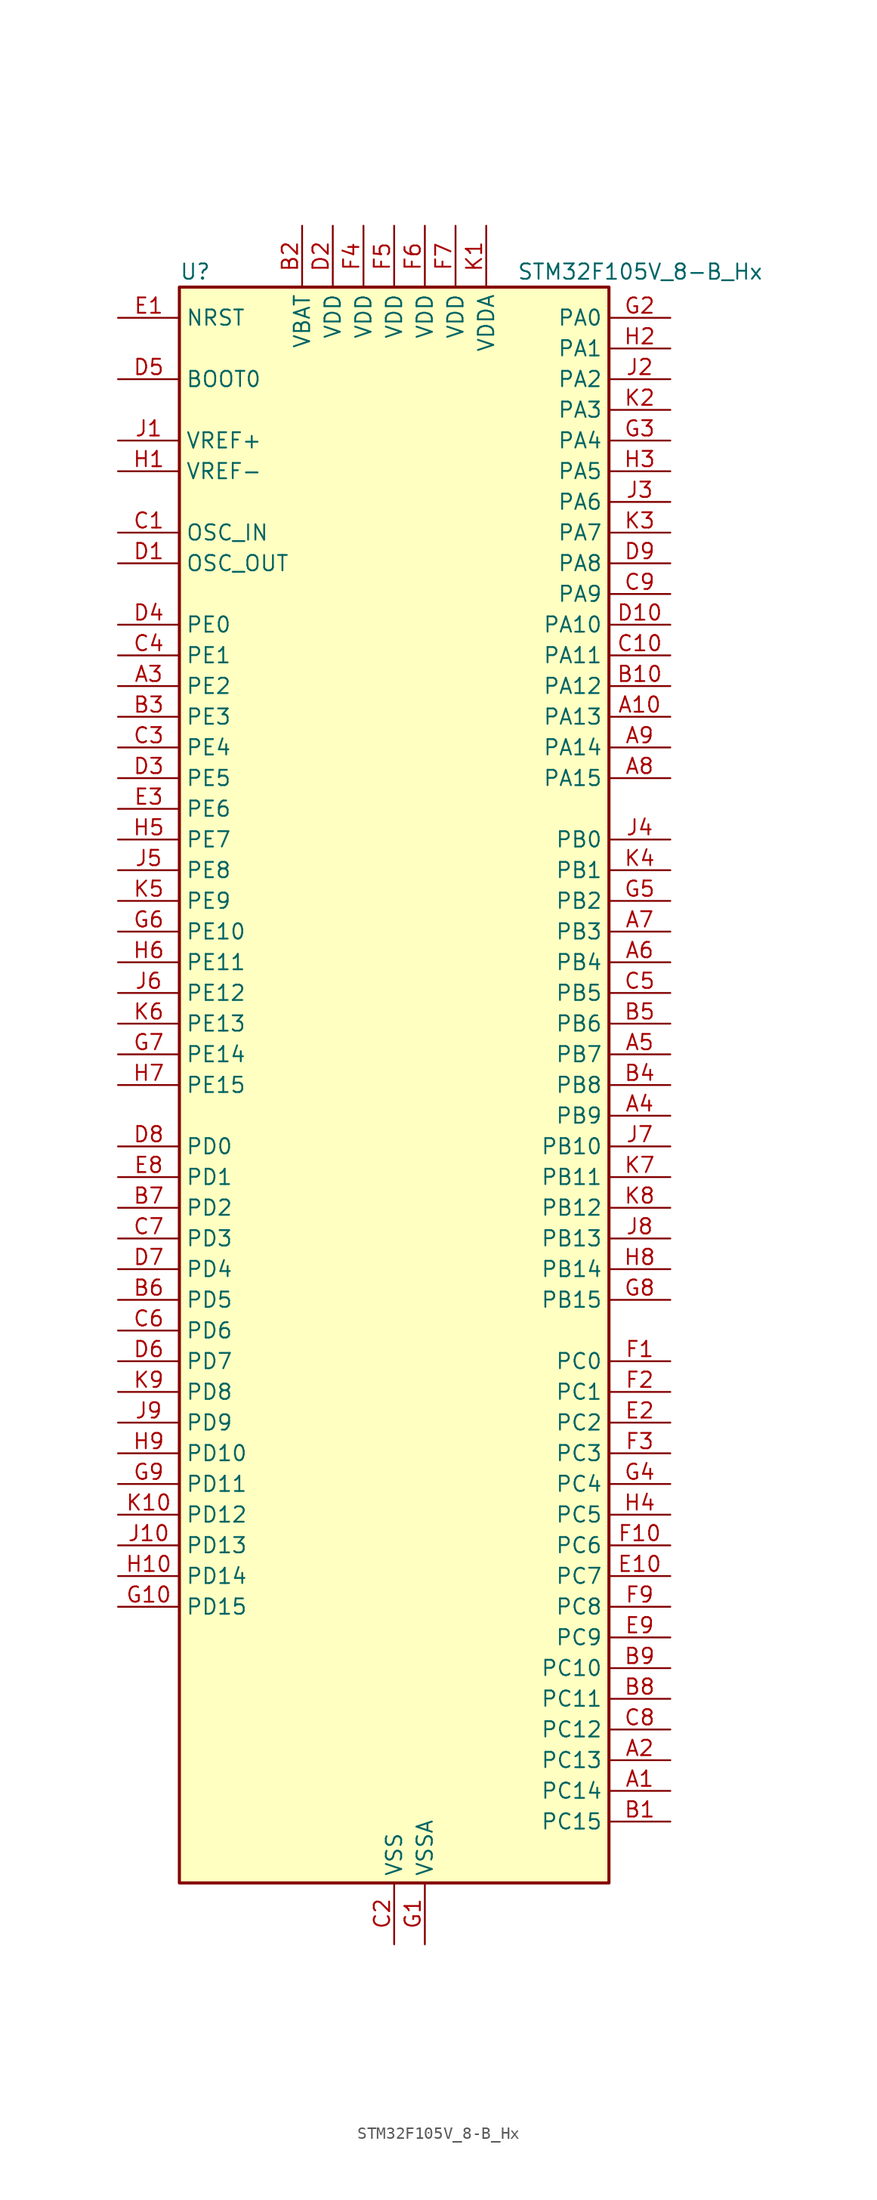
<source format=kicad_sym>
(kicad_symbol_lib
  (version 20231120)
  (generator "kicad_symbol_editor")
  (generator_version "8.0")
  (symbol "STM32F105V_8-B_Hx"
    (property "Reference" "U"
      (at -17.78 67.31 0)
      (effects (font (size 1.27 1.27)) (justify left)))
    (property "Value" "STM32F105V_8-B_Hx"
      (at 10.16 67.31 0)
      (effects (font (size 1.27 1.27)) (justify left)))
    (property "ki_locked" ""
      (at 0 0 0)
      (effects (font (size 1.27 1.27))))
    (symbol "STM32F105V_8-B_Hx_0_1"
      (rectangle (start -17.78 -66.04) (end 17.78 66.04) (stroke (width 0.254) (type default)) (fill (type background))))
    (symbol "STM32F105V_8-B_Hx_1_1"
      (pin bidirectional line (at 22.86 -58.42 180) (length 5.08) (name "PC14" (effects (font (size 1.27 1.27)))) (number "A1" (effects (font (size 1.27 1.27)))) (alternate "RCC_OSC32_IN" bidirectional line))
      (pin bidirectional line (at 22.86 30.48 180) (length 5.08) (name "PA13" (effects (font (size 1.27 1.27)))) (number "A10" (effects (font (size 1.27 1.27)))) (alternate "SYS_JTMS-SWDIO" bidirectional line))
      (pin bidirectional line (at 22.86 -55.88 180) (length 5.08) (name "PC13" (effects (font (size 1.27 1.27)))) (number "A2" (effects (font (size 1.27 1.27)))) (alternate "RTC_OUT" bidirectional line) (alternate "RTC_TAMPER" bidirectional line))
      (pin bidirectional line (at -22.86 33.02 0) (length 5.08) (name "PE2" (effects (font (size 1.27 1.27)))) (number "A3" (effects (font (size 1.27 1.27)))) (alternate "SYS_TRACECLK" bidirectional line))
      (pin bidirectional line (at 22.86 -2.54 180) (length 5.08) (name "PB9" (effects (font (size 1.27 1.27)))) (number "A4" (effects (font (size 1.27 1.27)))) (alternate "CAN1_TX" bidirectional line) (alternate "DAC_EXTI9" bidirectional line) (alternate "I2C1_SDA" bidirectional line) (alternate "TIM4_CH4" bidirectional line))
      (pin bidirectional line (at 22.86 2.54 180) (length 5.08) (name "PB7" (effects (font (size 1.27 1.27)))) (number "A5" (effects (font (size 1.27 1.27)))) (alternate "I2C1_SDA" bidirectional line) (alternate "TIM4_CH2" bidirectional line) (alternate "USART1_RX" bidirectional line))
      (pin bidirectional line (at 22.86 10.16 180) (length 5.08) (name "PB4" (effects (font (size 1.27 1.27)))) (number "A6" (effects (font (size 1.27 1.27)))) (alternate "SPI1_MISO" bidirectional line) (alternate "SPI3_MISO" bidirectional line) (alternate "SYS_NJTRST" bidirectional line) (alternate "TIM3_CH1" bidirectional line))
      (pin bidirectional line (at 22.86 12.7 180) (length 5.08) (name "PB3" (effects (font (size 1.27 1.27)))) (number "A7" (effects (font (size 1.27 1.27)))) (alternate "I2S3_CK" bidirectional line) (alternate "SPI1_SCK" bidirectional line) (alternate "SPI3_SCK" bidirectional line) (alternate "SYS_JTDO" bidirectional line) (alternate "SYS_TRACESWO" bidirectional line) (alternate "TIM2_CH2" bidirectional line))
      (pin bidirectional line (at 22.86 25.4 180) (length 5.08) (name "PA15" (effects (font (size 1.27 1.27)))) (number "A8" (effects (font (size 1.27 1.27)))) (alternate "ADC1_EXTI15" bidirectional line) (alternate "ADC2_EXTI15" bidirectional line) (alternate "I2S3_WS" bidirectional line) (alternate "SPI1_NSS" bidirectional line) (alternate "SPI3_NSS" bidirectional line) (alternate "SYS_JTDI" bidirectional line) (alternate "TIM2_CH1" bidirectional line) (alternate "TIM2_ETR" bidirectional line))
      (pin bidirectional line (at 22.86 27.94 180) (length 5.08) (name "PA14" (effects (font (size 1.27 1.27)))) (number "A9" (effects (font (size 1.27 1.27)))) (alternate "SYS_JTCK-SWCLK" bidirectional line))
      (pin bidirectional line (at 22.86 -60.96 180) (length 5.08) (name "PC15" (effects (font (size 1.27 1.27)))) (number "B1" (effects (font (size 1.27 1.27)))) (alternate "ADC1_EXTI15" bidirectional line) (alternate "ADC2_EXTI15" bidirectional line) (alternate "RCC_OSC32_OUT" bidirectional line))
      (pin bidirectional line (at 22.86 33.02 180) (length 5.08) (name "PA12" (effects (font (size 1.27 1.27)))) (number "B10" (effects (font (size 1.27 1.27)))) (alternate "CAN1_TX" bidirectional line) (alternate "TIM1_ETR" bidirectional line) (alternate "USART1_RTS" bidirectional line) (alternate "USB_OTG_FS_DP" bidirectional line))
      (pin power_in line (at -7.62 71.12 270) (length 5.08) (name "VBAT" (effects (font (size 1.27 1.27)))) (number "B2" (effects (font (size 1.27 1.27)))))
      (pin bidirectional line (at -22.86 30.48 0) (length 5.08) (name "PE3" (effects (font (size 1.27 1.27)))) (number "B3" (effects (font (size 1.27 1.27)))) (alternate "SYS_TRACED0" bidirectional line))
      (pin bidirectional line (at 22.86 0 180) (length 5.08) (name "PB8" (effects (font (size 1.27 1.27)))) (number "B4" (effects (font (size 1.27 1.27)))) (alternate "CAN1_RX" bidirectional line) (alternate "I2C1_SCL" bidirectional line) (alternate "TIM4_CH3" bidirectional line))
      (pin bidirectional line (at 22.86 5.08 180) (length 5.08) (name "PB6" (effects (font (size 1.27 1.27)))) (number "B5" (effects (font (size 1.27 1.27)))) (alternate "CAN2_TX" bidirectional line) (alternate "I2C1_SCL" bidirectional line) (alternate "TIM4_CH1" bidirectional line) (alternate "USART1_TX" bidirectional line))
      (pin bidirectional line (at -22.86 -17.78 0) (length 5.08) (name "PD5" (effects (font (size 1.27 1.27)))) (number "B6" (effects (font (size 1.27 1.27)))) (alternate "USART2_TX" bidirectional line))
      (pin bidirectional line (at -22.86 -10.16 0) (length 5.08) (name "PD2" (effects (font (size 1.27 1.27)))) (number "B7" (effects (font (size 1.27 1.27)))) (alternate "TIM3_ETR" bidirectional line) (alternate "UART5_RX" bidirectional line))
      (pin bidirectional line (at 22.86 -50.8 180) (length 5.08) (name "PC11" (effects (font (size 1.27 1.27)))) (number "B8" (effects (font (size 1.27 1.27)))) (alternate "ADC1_EXTI11" bidirectional line) (alternate "ADC2_EXTI11" bidirectional line) (alternate "SPI3_MISO" bidirectional line) (alternate "UART4_RX" bidirectional line) (alternate "USART3_RX" bidirectional line))
      (pin bidirectional line (at 22.86 -48.26 180) (length 5.08) (name "PC10" (effects (font (size 1.27 1.27)))) (number "B9" (effects (font (size 1.27 1.27)))) (alternate "I2S3_CK" bidirectional line) (alternate "SPI3_SCK" bidirectional line) (alternate "UART4_TX" bidirectional line) (alternate "USART3_TX" bidirectional line))
      (pin input line (at -22.86 45.72 0) (length 5.08) (name "OSC_IN" (effects (font (size 1.27 1.27)))) (number "C1" (effects (font (size 1.27 1.27)))) (alternate "RCC_OSC_IN" bidirectional line))
      (pin bidirectional line (at 22.86 35.56 180) (length 5.08) (name "PA11" (effects (font (size 1.27 1.27)))) (number "C10" (effects (font (size 1.27 1.27)))) (alternate "ADC1_EXTI11" bidirectional line) (alternate "ADC2_EXTI11" bidirectional line) (alternate "CAN1_RX" bidirectional line) (alternate "TIM1_CH4" bidirectional line) (alternate "USART1_CTS" bidirectional line) (alternate "USB_OTG_FS_DM" bidirectional line))
      (pin power_in line (at 0 -71.12 90) (length 5.08) (name "VSS" (effects (font (size 1.27 1.27)))) (number "C2" (effects (font (size 1.27 1.27)))))
      (pin bidirectional line (at -22.86 27.94 0) (length 5.08) (name "PE4" (effects (font (size 1.27 1.27)))) (number "C3" (effects (font (size 1.27 1.27)))) (alternate "SYS_TRACED1" bidirectional line))
      (pin bidirectional line (at -22.86 35.56 0) (length 5.08) (name "PE1" (effects (font (size 1.27 1.27)))) (number "C4" (effects (font (size 1.27 1.27)))))
      (pin bidirectional line (at 22.86 7.62 180) (length 5.08) (name "PB5" (effects (font (size 1.27 1.27)))) (number "C5" (effects (font (size 1.27 1.27)))) (alternate "CAN2_RX" bidirectional line) (alternate "I2C1_SMBA" bidirectional line) (alternate "I2S3_SD" bidirectional line) (alternate "SPI1_MOSI" bidirectional line) (alternate "SPI3_MOSI" bidirectional line) (alternate "TIM3_CH2" bidirectional line))
      (pin bidirectional line (at -22.86 -20.32 0) (length 5.08) (name "PD6" (effects (font (size 1.27 1.27)))) (number "C6" (effects (font (size 1.27 1.27)))) (alternate "USART2_RX" bidirectional line))
      (pin bidirectional line (at -22.86 -12.7 0) (length 5.08) (name "PD3" (effects (font (size 1.27 1.27)))) (number "C7" (effects (font (size 1.27 1.27)))) (alternate "USART2_CTS" bidirectional line))
      (pin bidirectional line (at 22.86 -53.34 180) (length 5.08) (name "PC12" (effects (font (size 1.27 1.27)))) (number "C8" (effects (font (size 1.27 1.27)))) (alternate "I2S3_SD" bidirectional line) (alternate "SPI3_MOSI" bidirectional line) (alternate "UART5_TX" bidirectional line) (alternate "USART3_CK" bidirectional line))
      (pin bidirectional line (at 22.86 40.64 180) (length 5.08) (name "PA9" (effects (font (size 1.27 1.27)))) (number "C9" (effects (font (size 1.27 1.27)))) (alternate "DAC_EXTI9" bidirectional line) (alternate "TIM1_CH2" bidirectional line) (alternate "USART1_TX" bidirectional line) (alternate "USB_OTG_FS_VBUS" bidirectional line))
      (pin input line (at -22.86 43.18 0) (length 5.08) (name "OSC_OUT" (effects (font (size 1.27 1.27)))) (number "D1" (effects (font (size 1.27 1.27)))) (alternate "RCC_OSC_OUT" bidirectional line))
      (pin bidirectional line (at 22.86 38.1 180) (length 5.08) (name "PA10" (effects (font (size 1.27 1.27)))) (number "D10" (effects (font (size 1.27 1.27)))) (alternate "TIM1_CH3" bidirectional line) (alternate "USART1_RX" bidirectional line) (alternate "USB_OTG_FS_ID" bidirectional line))
      (pin power_in line (at -5.08 71.12 270) (length 5.08) (name "VDD" (effects (font (size 1.27 1.27)))) (number "D2" (effects (font (size 1.27 1.27)))))
      (pin bidirectional line (at -22.86 25.4 0) (length 5.08) (name "PE5" (effects (font (size 1.27 1.27)))) (number "D3" (effects (font (size 1.27 1.27)))) (alternate "SYS_TRACED2" bidirectional line))
      (pin bidirectional line (at -22.86 38.1 0) (length 5.08) (name "PE0" (effects (font (size 1.27 1.27)))) (number "D4" (effects (font (size 1.27 1.27)))) (alternate "TIM4_ETR" bidirectional line))
      (pin input line (at -22.86 58.42 0) (length 5.08) (name "BOOT0" (effects (font (size 1.27 1.27)))) (number "D5" (effects (font (size 1.27 1.27)))))
      (pin bidirectional line (at -22.86 -22.86 0) (length 5.08) (name "PD7" (effects (font (size 1.27 1.27)))) (number "D6" (effects (font (size 1.27 1.27)))) (alternate "USART2_CK" bidirectional line))
      (pin bidirectional line (at -22.86 -15.24 0) (length 5.08) (name "PD4" (effects (font (size 1.27 1.27)))) (number "D7" (effects (font (size 1.27 1.27)))) (alternate "USART2_RTS" bidirectional line))
      (pin bidirectional line (at -22.86 -5.08 0) (length 5.08) (name "PD0" (effects (font (size 1.27 1.27)))) (number "D8" (effects (font (size 1.27 1.27)))) (alternate "CAN1_RX" bidirectional line))
      (pin bidirectional line (at 22.86 43.18 180) (length 5.08) (name "PA8" (effects (font (size 1.27 1.27)))) (number "D9" (effects (font (size 1.27 1.27)))) (alternate "RCC_MCO" bidirectional line) (alternate "TIM1_CH1" bidirectional line) (alternate "USART1_CK" bidirectional line) (alternate "USB_OTG_FS_SOF" bidirectional line))
      (pin input line (at -22.86 63.5 0) (length 5.08) (name "NRST" (effects (font (size 1.27 1.27)))) (number "E1" (effects (font (size 1.27 1.27)))))
      (pin bidirectional line (at 22.86 -40.64 180) (length 5.08) (name "PC7" (effects (font (size 1.27 1.27)))) (number "E10" (effects (font (size 1.27 1.27)))) (alternate "I2S3_MCK" bidirectional line) (alternate "TIM3_CH2" bidirectional line))
      (pin bidirectional line (at 22.86 -27.94 180) (length 5.08) (name "PC2" (effects (font (size 1.27 1.27)))) (number "E2" (effects (font (size 1.27 1.27)))) (alternate "ADC1_IN12" bidirectional line) (alternate "ADC2_IN12" bidirectional line))
      (pin bidirectional line (at -22.86 22.86 0) (length 5.08) (name "PE6" (effects (font (size 1.27 1.27)))) (number "E3" (effects (font (size 1.27 1.27)))) (alternate "SYS_TRACED3" bidirectional line))
      (pin passive line (at 0 -71.12 90) (length 5.08) hide (name "VSS" (effects (font (size 1.27 1.27)))) (number "E4" (effects (font (size 1.27 1.27)))))
      (pin passive line (at 0 -71.12 90) (length 5.08) hide (name "VSS" (effects (font (size 1.27 1.27)))) (number "E5" (effects (font (size 1.27 1.27)))))
      (pin passive line (at 0 -71.12 90) (length 5.08) hide (name "VSS" (effects (font (size 1.27 1.27)))) (number "E6" (effects (font (size 1.27 1.27)))))
      (pin passive line (at 0 -71.12 90) (length 5.08) hide (name "VSS" (effects (font (size 1.27 1.27)))) (number "E7" (effects (font (size 1.27 1.27)))))
      (pin bidirectional line (at -22.86 -7.62 0) (length 5.08) (name "PD1" (effects (font (size 1.27 1.27)))) (number "E8" (effects (font (size 1.27 1.27)))) (alternate "CAN1_TX" bidirectional line))
      (pin bidirectional line (at 22.86 -45.72 180) (length 5.08) (name "PC9" (effects (font (size 1.27 1.27)))) (number "E9" (effects (font (size 1.27 1.27)))) (alternate "DAC_EXTI9" bidirectional line) (alternate "TIM3_CH4" bidirectional line))
      (pin bidirectional line (at 22.86 -22.86 180) (length 5.08) (name "PC0" (effects (font (size 1.27 1.27)))) (number "F1" (effects (font (size 1.27 1.27)))) (alternate "ADC1_IN10" bidirectional line) (alternate "ADC2_IN10" bidirectional line))
      (pin bidirectional line (at 22.86 -38.1 180) (length 5.08) (name "PC6" (effects (font (size 1.27 1.27)))) (number "F10" (effects (font (size 1.27 1.27)))) (alternate "I2S2_MCK" bidirectional line) (alternate "TIM3_CH1" bidirectional line))
      (pin bidirectional line (at 22.86 -25.4 180) (length 5.08) (name "PC1" (effects (font (size 1.27 1.27)))) (number "F2" (effects (font (size 1.27 1.27)))) (alternate "ADC1_IN11" bidirectional line) (alternate "ADC2_IN11" bidirectional line))
      (pin bidirectional line (at 22.86 -30.48 180) (length 5.08) (name "PC3" (effects (font (size 1.27 1.27)))) (number "F3" (effects (font (size 1.27 1.27)))) (alternate "ADC1_IN13" bidirectional line) (alternate "ADC2_IN13" bidirectional line))
      (pin power_in line (at -2.54 71.12 270) (length 5.08) (name "VDD" (effects (font (size 1.27 1.27)))) (number "F4" (effects (font (size 1.27 1.27)))))
      (pin power_in line (at 0 71.12 270) (length 5.08) (name "VDD" (effects (font (size 1.27 1.27)))) (number "F5" (effects (font (size 1.27 1.27)))))
      (pin power_in line (at 2.54 71.12 270) (length 5.08) (name "VDD" (effects (font (size 1.27 1.27)))) (number "F6" (effects (font (size 1.27 1.27)))))
      (pin power_in line (at 5.08 71.12 270) (length 5.08) (name "VDD" (effects (font (size 1.27 1.27)))) (number "F7" (effects (font (size 1.27 1.27)))))
      (pin no_connect line (at -17.78 -66.04 0) (length 5.08) hide (name "NC" (effects (font (size 1.27 1.27)))) (number "F8" (effects (font (size 1.27 1.27)))))
      (pin bidirectional line (at 22.86 -43.18 180) (length 5.08) (name "PC8" (effects (font (size 1.27 1.27)))) (number "F9" (effects (font (size 1.27 1.27)))) (alternate "TIM3_CH3" bidirectional line))
      (pin power_in line (at 2.54 -71.12 90) (length 5.08) (name "VSSA" (effects (font (size 1.27 1.27)))) (number "G1" (effects (font (size 1.27 1.27)))))
      (pin bidirectional line (at -22.86 -43.18 0) (length 5.08) (name "PD15" (effects (font (size 1.27 1.27)))) (number "G10" (effects (font (size 1.27 1.27)))) (alternate "ADC1_EXTI15" bidirectional line) (alternate "ADC2_EXTI15" bidirectional line) (alternate "TIM4_CH4" bidirectional line))
      (pin bidirectional line (at 22.86 63.5 180) (length 5.08) (name "PA0" (effects (font (size 1.27 1.27)))) (number "G2" (effects (font (size 1.27 1.27)))) (alternate "ADC1_IN0" bidirectional line) (alternate "ADC2_IN0" bidirectional line) (alternate "SYS_WKUP" bidirectional line) (alternate "TIM2_CH1" bidirectional line) (alternate "TIM2_ETR" bidirectional line) (alternate "TIM5_CH1" bidirectional line) (alternate "USART2_CTS" bidirectional line))
      (pin bidirectional line (at 22.86 53.34 180) (length 5.08) (name "PA4" (effects (font (size 1.27 1.27)))) (number "G3" (effects (font (size 1.27 1.27)))) (alternate "ADC1_IN4" bidirectional line) (alternate "ADC2_IN4" bidirectional line) (alternate "DAC_OUT1" bidirectional line) (alternate "I2S3_WS" bidirectional line) (alternate "SPI1_NSS" bidirectional line) (alternate "SPI3_NSS" bidirectional line) (alternate "USART2_CK" bidirectional line))
      (pin bidirectional line (at 22.86 -33.02 180) (length 5.08) (name "PC4" (effects (font (size 1.27 1.27)))) (number "G4" (effects (font (size 1.27 1.27)))) (alternate "ADC1_IN14" bidirectional line) (alternate "ADC2_IN14" bidirectional line))
      (pin bidirectional line (at 22.86 15.24 180) (length 5.08) (name "PB2" (effects (font (size 1.27 1.27)))) (number "G5" (effects (font (size 1.27 1.27)))))
      (pin bidirectional line (at -22.86 12.7 0) (length 5.08) (name "PE10" (effects (font (size 1.27 1.27)))) (number "G6" (effects (font (size 1.27 1.27)))) (alternate "TIM1_CH2N" bidirectional line))
      (pin bidirectional line (at -22.86 2.54 0) (length 5.08) (name "PE14" (effects (font (size 1.27 1.27)))) (number "G7" (effects (font (size 1.27 1.27)))) (alternate "TIM1_CH4" bidirectional line))
      (pin bidirectional line (at 22.86 -17.78 180) (length 5.08) (name "PB15" (effects (font (size 1.27 1.27)))) (number "G8" (effects (font (size 1.27 1.27)))) (alternate "ADC1_EXTI15" bidirectional line) (alternate "ADC2_EXTI15" bidirectional line) (alternate "I2S2_SD" bidirectional line) (alternate "SPI2_MOSI" bidirectional line) (alternate "TIM1_CH3N" bidirectional line))
      (pin bidirectional line (at -22.86 -33.02 0) (length 5.08) (name "PD11" (effects (font (size 1.27 1.27)))) (number "G9" (effects (font (size 1.27 1.27)))) (alternate "ADC1_EXTI11" bidirectional line) (alternate "ADC2_EXTI11" bidirectional line) (alternate "USART3_CTS" bidirectional line))
      (pin input line (at -22.86 50.8 0) (length 5.08) (name "VREF-" (effects (font (size 1.27 1.27)))) (number "H1" (effects (font (size 1.27 1.27)))))
      (pin bidirectional line (at -22.86 -40.64 0) (length 5.08) (name "PD14" (effects (font (size 1.27 1.27)))) (number "H10" (effects (font (size 1.27 1.27)))) (alternate "TIM4_CH3" bidirectional line))
      (pin bidirectional line (at 22.86 60.96 180) (length 5.08) (name "PA1" (effects (font (size 1.27 1.27)))) (number "H2" (effects (font (size 1.27 1.27)))) (alternate "ADC1_IN1" bidirectional line) (alternate "ADC2_IN1" bidirectional line) (alternate "TIM2_CH2" bidirectional line) (alternate "TIM5_CH2" bidirectional line) (alternate "USART2_RTS" bidirectional line))
      (pin bidirectional line (at 22.86 50.8 180) (length 5.08) (name "PA5" (effects (font (size 1.27 1.27)))) (number "H3" (effects (font (size 1.27 1.27)))) (alternate "ADC1_IN5" bidirectional line) (alternate "ADC2_IN5" bidirectional line) (alternate "DAC_OUT2" bidirectional line) (alternate "SPI1_SCK" bidirectional line))
      (pin bidirectional line (at 22.86 -35.56 180) (length 5.08) (name "PC5" (effects (font (size 1.27 1.27)))) (number "H4" (effects (font (size 1.27 1.27)))) (alternate "ADC1_IN15" bidirectional line) (alternate "ADC2_IN15" bidirectional line))
      (pin bidirectional line (at -22.86 20.32 0) (length 5.08) (name "PE7" (effects (font (size 1.27 1.27)))) (number "H5" (effects (font (size 1.27 1.27)))) (alternate "TIM1_ETR" bidirectional line))
      (pin bidirectional line (at -22.86 10.16 0) (length 5.08) (name "PE11" (effects (font (size 1.27 1.27)))) (number "H6" (effects (font (size 1.27 1.27)))) (alternate "ADC1_EXTI11" bidirectional line) (alternate "ADC2_EXTI11" bidirectional line) (alternate "TIM1_CH2" bidirectional line))
      (pin bidirectional line (at -22.86 0 0) (length 5.08) (name "PE15" (effects (font (size 1.27 1.27)))) (number "H7" (effects (font (size 1.27 1.27)))) (alternate "ADC1_EXTI15" bidirectional line) (alternate "ADC2_EXTI15" bidirectional line) (alternate "TIM1_BKIN" bidirectional line))
      (pin bidirectional line (at 22.86 -15.24 180) (length 5.08) (name "PB14" (effects (font (size 1.27 1.27)))) (number "H8" (effects (font (size 1.27 1.27)))) (alternate "SPI2_MISO" bidirectional line) (alternate "TIM1_CH2N" bidirectional line) (alternate "USART3_RTS" bidirectional line))
      (pin bidirectional line (at -22.86 -30.48 0) (length 5.08) (name "PD10" (effects (font (size 1.27 1.27)))) (number "H9" (effects (font (size 1.27 1.27)))) (alternate "USART3_CK" bidirectional line))
      (pin input line (at -22.86 53.34 0) (length 5.08) (name "VREF+" (effects (font (size 1.27 1.27)))) (number "J1" (effects (font (size 1.27 1.27)))))
      (pin bidirectional line (at -22.86 -38.1 0) (length 5.08) (name "PD13" (effects (font (size 1.27 1.27)))) (number "J10" (effects (font (size 1.27 1.27)))) (alternate "TIM4_CH2" bidirectional line))
      (pin bidirectional line (at 22.86 58.42 180) (length 5.08) (name "PA2" (effects (font (size 1.27 1.27)))) (number "J2" (effects (font (size 1.27 1.27)))) (alternate "ADC1_IN2" bidirectional line) (alternate "ADC2_IN2" bidirectional line) (alternate "TIM2_CH3" bidirectional line) (alternate "TIM5_CH3" bidirectional line) (alternate "USART2_TX" bidirectional line))
      (pin bidirectional line (at 22.86 48.26 180) (length 5.08) (name "PA6" (effects (font (size 1.27 1.27)))) (number "J3" (effects (font (size 1.27 1.27)))) (alternate "ADC1_IN6" bidirectional line) (alternate "ADC2_IN6" bidirectional line) (alternate "SPI1_MISO" bidirectional line) (alternate "TIM1_BKIN" bidirectional line) (alternate "TIM3_CH1" bidirectional line))
      (pin bidirectional line (at 22.86 20.32 180) (length 5.08) (name "PB0" (effects (font (size 1.27 1.27)))) (number "J4" (effects (font (size 1.27 1.27)))) (alternate "ADC1_IN8" bidirectional line) (alternate "ADC2_IN8" bidirectional line) (alternate "TIM1_CH2N" bidirectional line) (alternate "TIM3_CH3" bidirectional line))
      (pin bidirectional line (at -22.86 17.78 0) (length 5.08) (name "PE8" (effects (font (size 1.27 1.27)))) (number "J5" (effects (font (size 1.27 1.27)))) (alternate "TIM1_CH1N" bidirectional line))
      (pin bidirectional line (at -22.86 7.62 0) (length 5.08) (name "PE12" (effects (font (size 1.27 1.27)))) (number "J6" (effects (font (size 1.27 1.27)))) (alternate "TIM1_CH3N" bidirectional line))
      (pin bidirectional line (at 22.86 -5.08 180) (length 5.08) (name "PB10" (effects (font (size 1.27 1.27)))) (number "J7" (effects (font (size 1.27 1.27)))) (alternate "I2C2_SCL" bidirectional line) (alternate "TIM2_CH3" bidirectional line) (alternate "USART3_TX" bidirectional line))
      (pin bidirectional line (at 22.86 -12.7 180) (length 5.08) (name "PB13" (effects (font (size 1.27 1.27)))) (number "J8" (effects (font (size 1.27 1.27)))) (alternate "CAN2_TX" bidirectional line) (alternate "I2S2_CK" bidirectional line) (alternate "SPI2_SCK" bidirectional line) (alternate "TIM1_CH1N" bidirectional line) (alternate "USART3_CTS" bidirectional line))
      (pin bidirectional line (at -22.86 -27.94 0) (length 5.08) (name "PD9" (effects (font (size 1.27 1.27)))) (number "J9" (effects (font (size 1.27 1.27)))) (alternate "DAC_EXTI9" bidirectional line) (alternate "USART3_RX" bidirectional line))
      (pin power_in line (at 7.62 71.12 270) (length 5.08) (name "VDDA" (effects (font (size 1.27 1.27)))) (number "K1" (effects (font (size 1.27 1.27)))))
      (pin bidirectional line (at -22.86 -35.56 0) (length 5.08) (name "PD12" (effects (font (size 1.27 1.27)))) (number "K10" (effects (font (size 1.27 1.27)))) (alternate "TIM4_CH1" bidirectional line) (alternate "USART3_RTS" bidirectional line))
      (pin bidirectional line (at 22.86 55.88 180) (length 5.08) (name "PA3" (effects (font (size 1.27 1.27)))) (number "K2" (effects (font (size 1.27 1.27)))) (alternate "ADC1_IN3" bidirectional line) (alternate "ADC2_IN3" bidirectional line) (alternate "TIM2_CH4" bidirectional line) (alternate "TIM5_CH4" bidirectional line) (alternate "USART2_RX" bidirectional line))
      (pin bidirectional line (at 22.86 45.72 180) (length 5.08) (name "PA7" (effects (font (size 1.27 1.27)))) (number "K3" (effects (font (size 1.27 1.27)))) (alternate "ADC1_IN7" bidirectional line) (alternate "ADC2_IN7" bidirectional line) (alternate "SPI1_MOSI" bidirectional line) (alternate "TIM1_CH1N" bidirectional line) (alternate "TIM3_CH2" bidirectional line))
      (pin bidirectional line (at 22.86 17.78 180) (length 5.08) (name "PB1" (effects (font (size 1.27 1.27)))) (number "K4" (effects (font (size 1.27 1.27)))) (alternate "ADC1_IN9" bidirectional line) (alternate "ADC2_IN9" bidirectional line) (alternate "TIM1_CH3N" bidirectional line) (alternate "TIM3_CH4" bidirectional line))
      (pin bidirectional line (at -22.86 15.24 0) (length 5.08) (name "PE9" (effects (font (size 1.27 1.27)))) (number "K5" (effects (font (size 1.27 1.27)))) (alternate "DAC_EXTI9" bidirectional line) (alternate "TIM1_CH1" bidirectional line))
      (pin bidirectional line (at -22.86 5.08 0) (length 5.08) (name "PE13" (effects (font (size 1.27 1.27)))) (number "K6" (effects (font (size 1.27 1.27)))) (alternate "TIM1_CH3" bidirectional line))
      (pin bidirectional line (at 22.86 -7.62 180) (length 5.08) (name "PB11" (effects (font (size 1.27 1.27)))) (number "K7" (effects (font (size 1.27 1.27)))) (alternate "ADC1_EXTI11" bidirectional line) (alternate "ADC2_EXTI11" bidirectional line) (alternate "I2C2_SDA" bidirectional line) (alternate "TIM2_CH4" bidirectional line) (alternate "USART3_RX" bidirectional line))
      (pin bidirectional line (at 22.86 -10.16 180) (length 5.08) (name "PB12" (effects (font (size 1.27 1.27)))) (number "K8" (effects (font (size 1.27 1.27)))) (alternate "CAN2_RX" bidirectional line) (alternate "I2C2_SMBA" bidirectional line) (alternate "I2S2_WS" bidirectional line) (alternate "SPI2_NSS" bidirectional line) (alternate "TIM1_BKIN" bidirectional line) (alternate "USART3_CK" bidirectional line))
      (pin bidirectional line (at -22.86 -25.4 0) (length 5.08) (name "PD8" (effects (font (size 1.27 1.27)))) (number "K9" (effects (font (size 1.27 1.27)))) (alternate "USART3_TX" bidirectional line)))))
</source>
